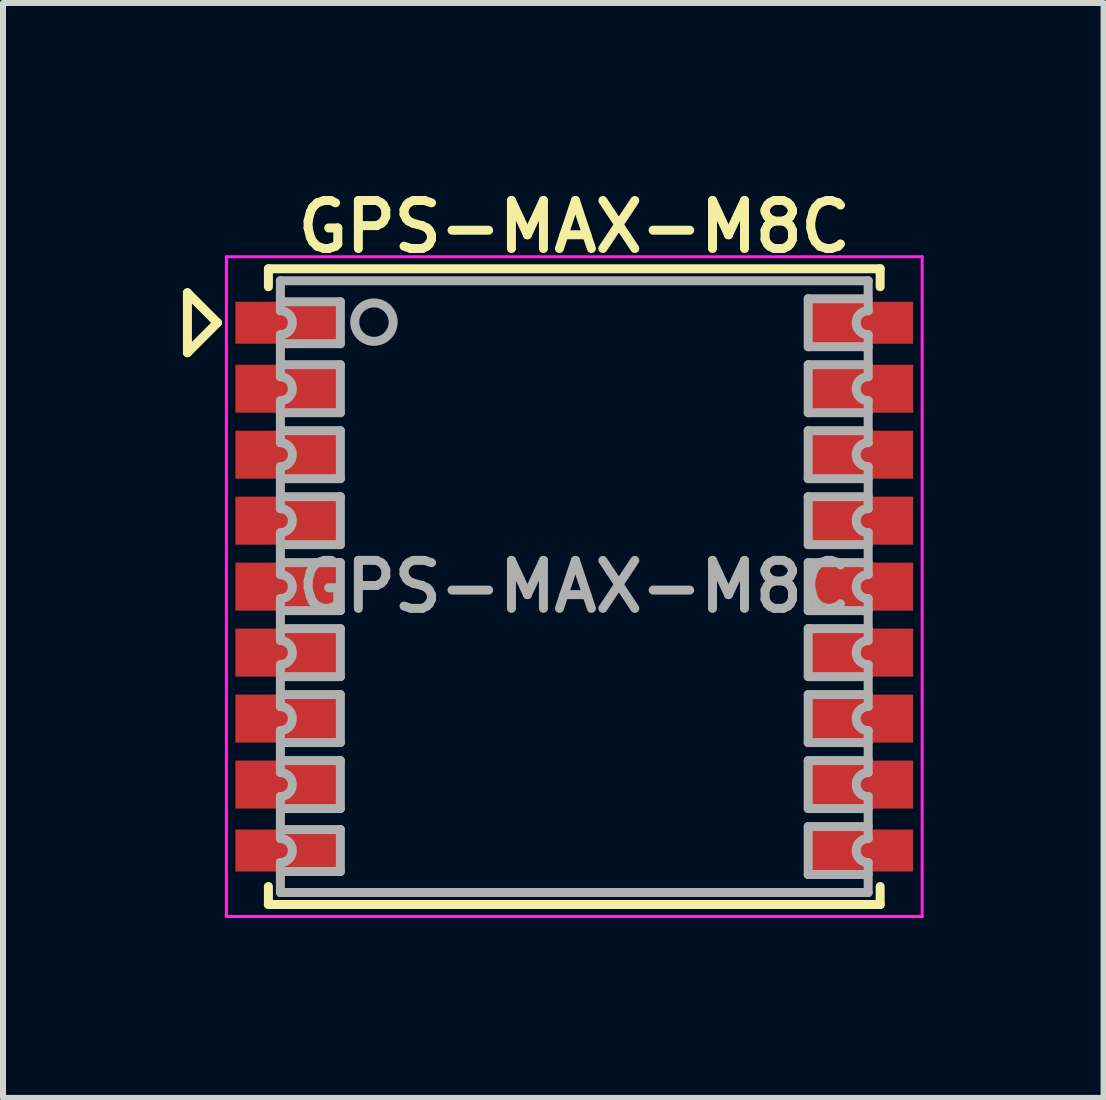
<source format=kicad_pcb>
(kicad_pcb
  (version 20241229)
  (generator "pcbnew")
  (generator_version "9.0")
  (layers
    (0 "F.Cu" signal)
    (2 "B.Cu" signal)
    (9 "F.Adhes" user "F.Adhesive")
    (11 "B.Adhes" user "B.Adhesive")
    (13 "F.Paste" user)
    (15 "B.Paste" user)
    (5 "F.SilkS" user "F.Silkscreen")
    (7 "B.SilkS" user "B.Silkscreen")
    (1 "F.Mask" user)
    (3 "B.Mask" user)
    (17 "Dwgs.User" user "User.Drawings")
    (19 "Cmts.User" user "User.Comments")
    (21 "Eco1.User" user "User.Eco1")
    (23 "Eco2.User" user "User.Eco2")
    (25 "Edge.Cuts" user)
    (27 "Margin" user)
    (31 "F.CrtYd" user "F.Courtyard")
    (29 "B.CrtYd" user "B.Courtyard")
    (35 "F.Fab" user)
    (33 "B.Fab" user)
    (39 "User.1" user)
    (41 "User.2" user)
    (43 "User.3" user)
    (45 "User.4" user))
  (footprint "GPS-MAX-M8C"
    (layer "F.Cu")
    (at 6.525 6.731)
    (property "Reference" "GPS-MAX-M8C" (at 0 -6 0) (layer "F.SilkS") (effects (font (size 0.8 0.8) (thickness 0.15))))
    (attr through_hole)
    (fp_line (start -6.45 -4.9) (end -6.45 -3.9) (stroke (width 0.15) (type solid)) (layer "F.SilkS"))
    (fp_line (start -6.45 -3.9) (end -5.95 -4.4) (stroke (width 0.15) (type solid)) (layer "F.SilkS"))
    (fp_line (start -5.95 -4.4) (end -6.45 -4.9) (stroke (width 0.15) (type solid)) (layer "F.SilkS"))
    (fp_line (start -5.1 -5.3) (end -5.1 -5) (stroke (width 0.15) (type solid)) (layer "F.SilkS"))
    (fp_line (start -5.1 -5.3) (end 5.1 -5.3) (stroke (width 0.15) (type solid)) (layer "F.SilkS"))
    (fp_line (start -5.1 5.3) (end -5.1 5) (stroke (width 0.15) (type solid)) (layer "F.SilkS"))
    (fp_line (start -5.1 5.3) (end 5.1 5.3) (stroke (width 0.15) (type solid)) (layer "F.SilkS"))
    (fp_line (start 5.1 -5.3) (end 5.1 -5) (stroke (width 0.15) (type solid)) (layer "F.SilkS"))
    (fp_line (start 5.1 5.3) (end 5.1 5) (stroke (width 0.15) (type solid)) (layer "F.SilkS"))
    (fp_line (start -5.8 -5.5) (end 5.8 -5.5) (stroke (width 0.05) (type solid)) (layer "F.CrtYd"))
    (fp_line (start -5.8 5.5) (end -5.8 -5.5) (stroke (width 0.05) (type solid)) (layer "F.CrtYd"))
    (fp_line (start 5.8 -5.5) (end 5.8 5.5) (stroke (width 0.05) (type solid)) (layer "F.CrtYd"))
    (fp_line (start 5.8 5.5) (end -5.8 5.5) (stroke (width 0.05) (type solid)) (layer "F.CrtYd"))
    (fp_line (start -4.9 -4.75) (end -3.9 -4.75) (stroke (width 0.15) (type solid)) (layer "F.Fab"))
    (fp_line (start -4.9 -4.6) (end -4.9 -5.1) (stroke (width 0.15) (type solid)) (layer "F.Fab"))
    (fp_line (start -4.9 -3.7) (end -3.9 -3.7) (stroke (width 0.15) (type solid)) (layer "F.Fab"))
    (fp_line (start -4.9 -3.5) (end -4.9 -4.2) (stroke (width 0.15) (type solid)) (layer "F.Fab"))
    (fp_line (start -4.9 -2.6) (end -3.9 -2.6) (stroke (width 0.15) (type solid)) (layer "F.Fab"))
    (fp_line (start -4.9 -2.4) (end -4.9 -3.1) (stroke (width 0.15) (type solid)) (layer "F.Fab"))
    (fp_line (start -4.9 -1.5) (end -3.9 -1.5) (stroke (width 0.15) (type solid)) (layer "F.Fab"))
    (fp_line (start -4.9 -1.3) (end -4.9 -2) (stroke (width 0.15) (type solid)) (layer "F.Fab"))
    (fp_line (start -4.9 -0.4) (end -3.9 -0.4) (stroke (width 0.15) (type solid)) (layer "F.Fab"))
    (fp_line (start -4.9 -0.2) (end -4.9 -0.9) (stroke (width 0.15) (type solid)) (layer "F.Fab"))
    (fp_line (start -4.9 0.7) (end -3.9 0.7) (stroke (width 0.15) (type solid)) (layer "F.Fab"))
    (fp_line (start -4.9 0.85) (end -4.9 0.2) (stroke (width 0.15) (type solid)) (layer "F.Fab"))
    (fp_line (start -4.9 1.8) (end -3.9 1.8) (stroke (width 0.15) (type solid)) (layer "F.Fab"))
    (fp_line (start -4.9 2) (end -4.9 1.3) (stroke (width 0.15) (type solid)) (layer "F.Fab"))
    (fp_line (start -4.9 2.9) (end -3.9 2.9) (stroke (width 0.15) (type solid)) (layer "F.Fab"))
    (fp_line (start -4.9 3.1) (end -4.9 2.4) (stroke (width 0.15) (type solid)) (layer "F.Fab"))
    (fp_line (start -4.9 4.05) (end -3.9 4.05) (stroke (width 0.15) (type solid)) (layer "F.Fab"))
    (fp_line (start -4.9 4.2) (end -4.9 3.5) (stroke (width 0.15) (type solid)) (layer "F.Fab"))
    (fp_line (start -4.9 5.1) (end -4.9 4.6) (stroke (width 0.15) (type solid)) (layer "F.Fab"))
    (fp_line (start -4.9 5.1) (end 4.9 5.1) (stroke (width 0.15) (type solid)) (layer "F.Fab"))
    (fp_line (start -3.9 -4.75) (end -3.9 -4.05) (stroke (width 0.15) (type solid)) (layer "F.Fab"))
    (fp_line (start -3.9 -4.05) (end -4.9 -4.05) (stroke (width 0.15) (type solid)) (layer "F.Fab"))
    (fp_line (start -3.9 -3.7) (end -3.9 -2.9) (stroke (width 0.15) (type solid)) (layer "F.Fab"))
    (fp_line (start -3.9 -2.9) (end -4.9 -2.9) (stroke (width 0.15) (type solid)) (layer "F.Fab"))
    (fp_line (start -3.9 -2.6) (end -3.9 -1.8) (stroke (width 0.15) (type solid)) (layer "F.Fab"))
    (fp_line (start -3.9 -1.8) (end -4.9 -1.8) (stroke (width 0.15) (type solid)) (layer "F.Fab"))
    (fp_line (start -3.9 -1.5) (end -3.9 -0.7) (stroke (width 0.15) (type solid)) (layer "F.Fab"))
    (fp_line (start -3.9 -0.7) (end -4.9 -0.7) (stroke (width 0.15) (type solid)) (layer "F.Fab"))
    (fp_line (start -3.9 -0.4) (end -3.9 0.4) (stroke (width 0.15) (type solid)) (layer "F.Fab"))
    (fp_line (start -3.9 0.4) (end -4.9 0.4) (stroke (width 0.15) (type solid)) (layer "F.Fab"))
    (fp_line (start -3.9 0.7) (end -3.9 1.5) (stroke (width 0.15) (type solid)) (layer "F.Fab"))
    (fp_line (start -3.9 1.5) (end -4.9 1.5) (stroke (width 0.15) (type solid)) (layer "F.Fab"))
    (fp_line (start -3.9 1.8) (end -3.9 2.6) (stroke (width 0.15) (type solid)) (layer "F.Fab"))
    (fp_line (start -3.9 2.6) (end -4.9 2.6) (stroke (width 0.15) (type solid)) (layer "F.Fab"))
    (fp_line (start -3.9 2.9) (end -3.9 3.7) (stroke (width 0.15) (type solid)) (layer "F.Fab"))
    (fp_line (start -3.9 3.7) (end -4.9 3.7) (stroke (width 0.15) (type solid)) (layer "F.Fab"))
    (fp_line (start -3.9 4.05) (end -3.9 4.75) (stroke (width 0.15) (type solid)) (layer "F.Fab"))
    (fp_line (start -3.9 4.75) (end -4.9 4.75) (stroke (width 0.15) (type solid)) (layer "F.Fab"))
    (fp_line (start 3.9 -4.8) (end 4.9 -4.8) (stroke (width 0.15) (type solid)) (layer "F.Fab"))
    (fp_line (start 3.9 -4) (end 3.9 -4.8) (stroke (width 0.15) (type solid)) (layer "F.Fab"))
    (fp_line (start 3.9 -3.7) (end 4.9 -3.7) (stroke (width 0.15) (type solid)) (layer "F.Fab"))
    (fp_line (start 3.9 -2.9) (end 3.9 -3.7) (stroke (width 0.15) (type solid)) (layer "F.Fab"))
    (fp_line (start 3.9 -2.6) (end 4.9 -2.6) (stroke (width 0.15) (type solid)) (layer "F.Fab"))
    (fp_line (start 3.9 -1.8) (end 3.9 -2.6) (stroke (width 0.15) (type solid)) (layer "F.Fab"))
    (fp_line (start 3.9 -1.5) (end 4.9 -1.5) (stroke (width 0.15) (type solid)) (layer "F.Fab"))
    (fp_line (start 3.9 -0.7) (end 3.9 -1.5) (stroke (width 0.15) (type solid)) (layer "F.Fab"))
    (fp_line (start 3.9 -0.4) (end 4.9 -0.4) (stroke (width 0.15) (type solid)) (layer "F.Fab"))
    (fp_line (start 3.9 0.4) (end 3.9 -0.4) (stroke (width 0.15) (type solid)) (layer "F.Fab"))
    (fp_line (start 3.9 0.7) (end 4.9 0.7) (stroke (width 0.15) (type solid)) (layer "F.Fab"))
    (fp_line (start 3.9 1.5) (end 3.9 0.7) (stroke (width 0.15) (type solid)) (layer "F.Fab"))
    (fp_line (start 3.9 1.8) (end 4.9 1.8) (stroke (width 0.15) (type solid)) (layer "F.Fab"))
    (fp_line (start 3.9 2.6) (end 3.9 1.8) (stroke (width 0.15) (type solid)) (layer "F.Fab"))
    (fp_line (start 3.9 2.9) (end 4.9 2.9) (stroke (width 0.15) (type solid)) (layer "F.Fab"))
    (fp_line (start 3.9 3.7) (end 3.9 2.9) (stroke (width 0.15) (type solid)) (layer "F.Fab"))
    (fp_line (start 3.9 4) (end 4.9 4) (stroke (width 0.15) (type solid)) (layer "F.Fab"))
    (fp_line (start 3.9 4.8) (end 3.9 4) (stroke (width 0.15) (type solid)) (layer "F.Fab"))
    (fp_line (start 4.9 -5.1) (end -4.9 -5.1) (stroke (width 0.15) (type solid)) (layer "F.Fab"))
    (fp_line (start 4.9 -4.6) (end 4.9 -5.1) (stroke (width 0.15) (type solid)) (layer "F.Fab"))
    (fp_line (start 4.9 -4) (end 3.9 -4) (stroke (width 0.15) (type solid)) (layer "F.Fab"))
    (fp_line (start 4.9 -3.5) (end 4.9 -4.2) (stroke (width 0.15) (type solid)) (layer "F.Fab"))
    (fp_line (start 4.9 -2.9) (end 3.9 -2.9) (stroke (width 0.15) (type solid)) (layer "F.Fab"))
    (fp_line (start 4.9 -2.4) (end 4.9 -3.1) (stroke (width 0.15) (type solid)) (layer "F.Fab"))
    (fp_line (start 4.9 -1.8) (end 3.9 -1.8) (stroke (width 0.15) (type solid)) (layer "F.Fab"))
    (fp_line (start 4.9 -1.3) (end 4.9 -2) (stroke (width 0.15) (type solid)) (layer "F.Fab"))
    (fp_line (start 4.9 -0.7) (end 3.9 -0.7) (stroke (width 0.15) (type solid)) (layer "F.Fab"))
    (fp_line (start 4.9 -0.2) (end 4.9 -0.9) (stroke (width 0.15) (type solid)) (layer "F.Fab"))
    (fp_line (start 4.9 0.4) (end 3.9 0.4) (stroke (width 0.15) (type solid)) (layer "F.Fab"))
    (fp_line (start 4.9 0.9) (end 4.9 0.2) (stroke (width 0.15) (type solid)) (layer "F.Fab"))
    (fp_line (start 4.9 1.5) (end 3.9 1.5) (stroke (width 0.15) (type solid)) (layer "F.Fab"))
    (fp_line (start 4.9 2) (end 4.9 1.3) (stroke (width 0.15) (type solid)) (layer "F.Fab"))
    (fp_line (start 4.9 2.6) (end 3.9 2.6) (stroke (width 0.15) (type solid)) (layer "F.Fab"))
    (fp_line (start 4.9 3.1) (end 4.9 2.4) (stroke (width 0.15) (type solid)) (layer "F.Fab"))
    (fp_line (start 4.9 3.7) (end 3.9 3.7) (stroke (width 0.15) (type solid)) (layer "F.Fab"))
    (fp_line (start 4.9 4.2) (end 4.9 3.5) (stroke (width 0.15) (type solid)) (layer "F.Fab"))
    (fp_line (start 4.9 4.8) (end 3.9 4.8) (stroke (width 0.15) (type solid)) (layer "F.Fab"))
    (fp_line (start 4.9 5.1) (end 4.9 4.6) (stroke (width 0.15) (type solid)) (layer "F.Fab"))
    (fp_arc (start -4.899999 -4.6) (mid -4.7 -4.399999) (end -4.9 -4.2) (stroke (width 0.15) (type solid)) (layer "F.Fab"))
    (fp_arc (start -4.899999 -3.5) (mid -4.7 -3.299999) (end -4.9 -3.1) (stroke (width 0.15) (type solid)) (layer "F.Fab"))
    (fp_arc (start -4.899999 -2.4) (mid -4.7 -2.199999) (end -4.9 -2) (stroke (width 0.15) (type solid)) (layer "F.Fab"))
    (fp_arc (start -4.899999 -1.3) (mid -4.7 -1.099999) (end -4.9 -0.9) (stroke (width 0.15) (type solid)) (layer "F.Fab"))
    (fp_arc (start -4.899999 -0.2) (mid -4.7 0.000001) (end -4.9 0.2) (stroke (width 0.15) (type solid)) (layer "F.Fab"))
    (fp_arc (start -4.899999 0.9) (mid -4.7 1.100001) (end -4.9 1.3) (stroke (width 0.15) (type solid)) (layer "F.Fab"))
    (fp_arc (start -4.899999 2) (mid -4.7 2.200001) (end -4.9 2.4) (stroke (width 0.15) (type solid)) (layer "F.Fab"))
    (fp_arc (start -4.899999 3.1) (mid -4.7 3.300001) (end -4.9 3.5) (stroke (width 0.15) (type solid)) (layer "F.Fab"))
    (fp_arc (start -4.899999 4.2) (mid -4.7 4.400001) (end -4.9 4.6) (stroke (width 0.15) (type solid)) (layer "F.Fab"))
    (fp_arc (start 4.899999 -4.2) (mid 4.7 -4.400001) (end 4.9 -4.6) (stroke (width 0.15) (type solid)) (layer "F.Fab"))
    (fp_arc (start 4.899999 -3.1) (mid 4.7 -3.300001) (end 4.9 -3.5) (stroke (width 0.15) (type solid)) (layer "F.Fab"))
    (fp_arc (start 4.899999 -2) (mid 4.7 -2.200001) (end 4.9 -2.4) (stroke (width 0.15) (type solid)) (layer "F.Fab"))
    (fp_arc (start 4.899999 -0.9) (mid 4.7 -1.100001) (end 4.9 -1.3) (stroke (width 0.15) (type solid)) (layer "F.Fab"))
    (fp_arc (start 4.899999 0.2) (mid 4.7 -0.000001) (end 4.9 -0.2) (stroke (width 0.15) (type solid)) (layer "F.Fab"))
    (fp_arc (start 4.899999 1.3) (mid 4.7 1.099999) (end 4.9 0.9) (stroke (width 0.15) (type solid)) (layer "F.Fab"))
    (fp_arc (start 4.899999 2.4) (mid 4.7 2.199999) (end 4.9 2) (stroke (width 0.15) (type solid)) (layer "F.Fab"))
    (fp_arc (start 4.899999 3.5) (mid 4.7 3.299999) (end 4.9 3.1) (stroke (width 0.15) (type solid)) (layer "F.Fab"))
    (fp_arc (start 4.899999 4.6) (mid 4.7 4.399999) (end 4.9 4.2) (stroke (width 0.15) (type solid)) (layer "F.Fab"))
    (fp_circle (center -3.34 -4.41) (end -3.09 -4.21) (stroke (width 0.15) (type solid)) (fill no) (layer "F.Fab"))
    (fp_text user "${REFERENCE}" (at 0 0 0) (layer "F.Fab") (effects (font (size 0.8 0.8) (thickness 0.15))))
    (pad "1" smd rect (at -4.75 -4.4) (size 1.8 0.7) (layers "F.Cu" "F.Mask" "F.Paste"))
    (pad "2" smd rect (at -4.75 -3.3) (size 1.8 0.8) (layers "F.Cu" "F.Mask" "F.Paste"))
    (pad "3" smd rect (at -4.75 -2.2) (size 1.8 0.8) (layers "F.Cu" "F.Mask" "F.Paste"))
    (pad "4" smd rect (at -4.75 -1.1) (size 1.8 0.8) (layers "F.Cu" "F.Mask" "F.Paste"))
    (pad "5" smd rect (at -4.75 0) (size 1.8 0.8) (layers "F.Cu" "F.Mask" "F.Paste"))
    (pad "6" smd rect (at -4.75 1.1) (size 1.8 0.8) (layers "F.Cu" "F.Mask" "F.Paste"))
    (pad "7" smd rect (at -4.75 2.2) (size 1.8 0.8) (layers "F.Cu" "F.Mask" "F.Paste"))
    (pad "8" smd rect (at -4.75 3.3) (size 1.8 0.8) (layers "F.Cu" "F.Mask" "F.Paste"))
    (pad "9" smd rect (at -4.75 4.4) (size 1.8 0.7) (layers "F.Cu" "F.Mask" "F.Paste"))
    (pad "10" smd rect (at 4.75 4.4) (size 1.8 0.7) (layers "F.Cu" "F.Mask" "F.Paste"))
    (pad "11" smd rect (at 4.75 3.3) (size 1.8 0.8) (layers "F.Cu" "F.Mask" "F.Paste"))
    (pad "12" smd rect (at 4.75 2.2) (size 1.8 0.8) (layers "F.Cu" "F.Mask" "F.Paste"))
    (pad "13" smd rect (at 4.75 1.1) (size 1.8 0.8) (layers "F.Cu" "F.Mask" "F.Paste"))
    (pad "14" smd rect (at 4.75 0) (size 1.8 0.8) (layers "F.Cu" "F.Mask" "F.Paste"))
    (pad "15" smd rect (at 4.75 -1.1) (size 1.8 0.8) (layers "F.Cu" "F.Mask" "F.Paste"))
    (pad "16" smd rect (at 4.75 -2.2) (size 1.8 0.8) (layers "F.Cu" "F.Mask" "F.Paste"))
    (pad "17" smd rect (at 4.75 -3.3) (size 1.8 0.8) (layers "F.Cu" "F.Mask" "F.Paste"))
    (pad "18" smd rect (at 4.75 -4.4) (size 1.8 0.7) (layers "F.Cu" "F.Mask" "F.Paste")))
  (gr_rect
    (start -3 -3)
    (end 15.35 15.256)
    (stroke (width 0.1) (type default))
    (fill no)
    (layer "Edge.Cuts")))
</source>
